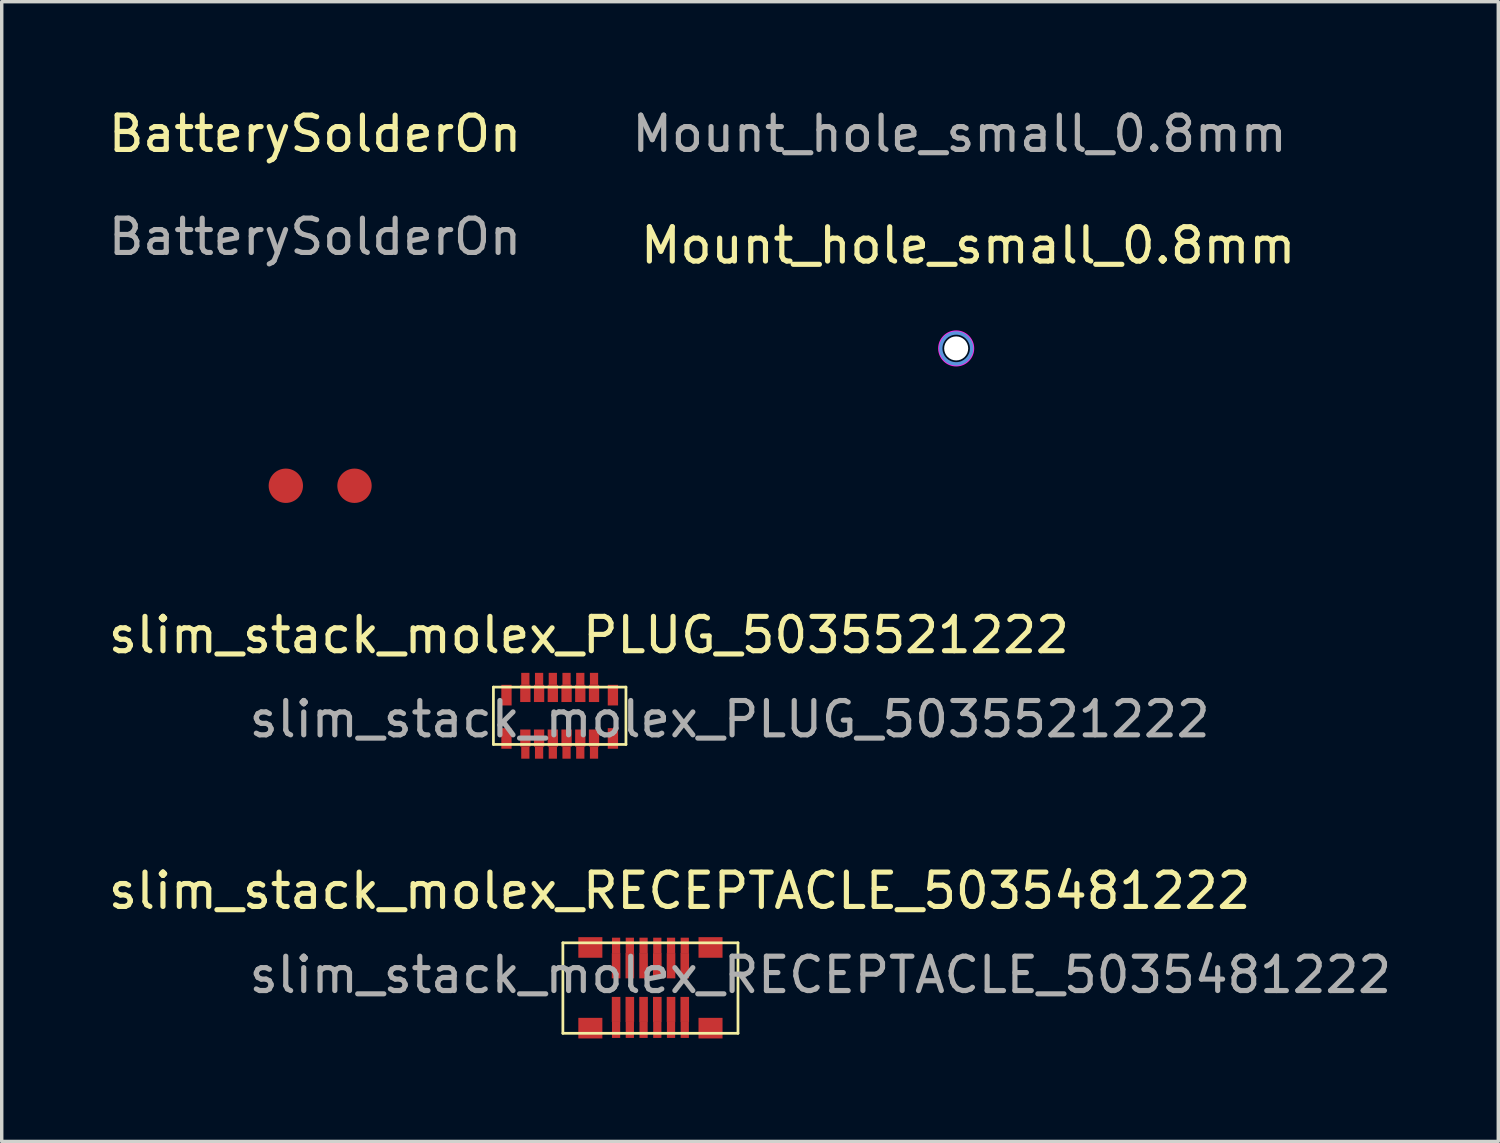
<source format=kicad_pcb>
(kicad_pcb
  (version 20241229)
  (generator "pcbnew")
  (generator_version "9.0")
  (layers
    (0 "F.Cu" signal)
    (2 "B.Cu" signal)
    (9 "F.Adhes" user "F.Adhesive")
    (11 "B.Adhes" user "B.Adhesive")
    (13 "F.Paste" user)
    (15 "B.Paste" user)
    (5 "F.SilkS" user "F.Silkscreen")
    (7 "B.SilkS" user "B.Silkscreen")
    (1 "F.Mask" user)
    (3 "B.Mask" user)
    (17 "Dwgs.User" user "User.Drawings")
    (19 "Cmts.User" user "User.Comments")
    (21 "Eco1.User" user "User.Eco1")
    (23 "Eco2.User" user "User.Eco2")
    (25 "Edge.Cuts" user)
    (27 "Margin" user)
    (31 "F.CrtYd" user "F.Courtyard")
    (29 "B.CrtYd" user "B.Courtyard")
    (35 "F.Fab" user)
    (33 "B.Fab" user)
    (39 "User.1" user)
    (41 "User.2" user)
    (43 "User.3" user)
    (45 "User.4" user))
  (footprint "slim_stack_molex_RECEPTACLE_5035481222"
    (layer "F.Cu")
    (at 15.894 25.745)
    (property "Reference" "slim_stack_molex_RECEPTACLE_5035481222" (at 0.85 -2.85 0) (unlocked yes) (layer "F.SilkS") (effects (font (size 1 1) (thickness 0.15))))
    (attr smd)
    (fp_line (start -2.55 -1.335) (end -2.55 1.3) (stroke (width 0.08) (type solid)) (layer "F.SilkS"))
    (fp_line (start -2.55 1.3) (end 2.55 1.3) (stroke (width 0.08) (type solid)) (layer "F.SilkS"))
    (fp_line (start 2.55 -1.335) (end -2.55 -1.335) (stroke (width 0.08) (type solid)) (layer "F.SilkS"))
    (fp_line (start 2.55 1.3) (end 2.55 -1.335) (stroke (width 0.08) (type solid)) (layer "F.SilkS"))
    (fp_text user "${REFERENCE}" (at 4.95 -0.4 0) (unlocked yes) (layer "F.Fab") (effects (font (size 1 1) (thickness 0.15))))
    (pad "1" smd rect (at 1 -1.075) (size 0.24 0.47) (drill (offset 0 -0.175)) (layers "F.Cu" "F.Mask" "F.Paste"))
    (pad "1" smd rect (at 1 -0.3) (size 0.25 0.73) (drill (offset 0 -0.365)) (layers "F.Cu" "F.Mask" "F.Paste"))
    (pad "2" smd rect (at 0.6 -1.075) (size 0.24 0.47) (drill (offset 0 -0.175)) (layers "F.Cu" "F.Mask" "F.Paste"))
    (pad "2" smd rect (at 0.6 -0.3) (size 0.25 0.73) (drill (offset 0 -0.365)) (layers "F.Cu" "F.Mask" "F.Paste"))
    (pad "3" smd rect (at 0.2 -1.075) (size 0.24 0.47) (drill (offset 0 -0.175)) (layers "F.Cu" "F.Mask" "F.Paste"))
    (pad "3" smd rect (at 0.2 -0.3) (size 0.25 0.73) (drill (offset 0 -0.365)) (layers "F.Cu" "F.Mask" "F.Paste"))
    (pad "4" smd rect (at -0.2 -1.075) (size 0.24 0.47) (drill (offset 0 -0.175)) (layers "F.Cu" "F.Mask" "F.Paste"))
    (pad "4" smd rect (at -0.2 -0.3) (size 0.25 0.73) (drill (offset 0 -0.365)) (layers "F.Cu" "F.Mask" "F.Paste"))
    (pad "5" smd rect (at -0.6 -1.075) (size 0.24 0.47) (drill (offset 0 -0.175)) (layers "F.Cu" "F.Mask" "F.Paste"))
    (pad "5" smd rect (at -0.6 -0.3) (size 0.25 0.73) (drill (offset 0 -0.365)) (layers "F.Cu" "F.Mask" "F.Paste"))
    (pad "6" smd rect (at -1 -1.075) (size 0.24 0.47) (drill (offset 0 -0.175)) (layers "F.Cu" "F.Mask" "F.Paste"))
    (pad "6" smd rect (at -1 -0.3) (size 0.25 0.73) (drill (offset 0 -0.365)) (layers "F.Cu" "F.Mask" "F.Paste"))
    (pad "7" smd rect (at 1 0.24) (size 0.25 0.73) (drill (offset 0 0.365)) (layers "F.Cu" "F.Mask" "F.Paste"))
    (pad "7" smd rect (at 1 1.025) (size 0.24 0.47) (drill (offset 0 0.175)) (layers "F.Cu" "F.Mask" "F.Paste"))
    (pad "8" smd rect (at 0.6 0.24) (size 0.25 0.73) (drill (offset 0 0.365)) (layers "F.Cu" "F.Mask" "F.Paste"))
    (pad "8" smd rect (at 0.6 1.025) (size 0.24 0.47) (drill (offset 0 0.175)) (layers "F.Cu" "F.Mask" "F.Paste"))
    (pad "9" smd rect (at 0.2 0.24) (size 0.25 0.73) (drill (offset 0 0.365)) (layers "F.Cu" "F.Mask" "F.Paste"))
    (pad "9" smd rect (at 0.2 1.025) (size 0.24 0.47) (drill (offset 0 0.175)) (layers "F.Cu" "F.Mask" "F.Paste"))
    (pad "10" smd rect (at -0.2 0.24) (size 0.25 0.73) (drill (offset 0 0.365)) (layers "F.Cu" "F.Mask" "F.Paste"))
    (pad "10" smd rect (at -0.2 1.025) (size 0.24 0.47) (drill (offset 0 0.175)) (layers "F.Cu" "F.Mask" "F.Paste"))
    (pad "11" smd rect (at -0.6 0.24) (size 0.25 0.73) (drill (offset 0 0.365)) (layers "F.Cu" "F.Mask" "F.Paste"))
    (pad "11" smd rect (at -0.6 1.025) (size 0.24 0.47) (drill (offset 0 0.175)) (layers "F.Cu" "F.Mask" "F.Paste"))
    (pad "12" smd rect (at -1 0.24) (size 0.25 0.73) (drill (offset 0 0.365)) (layers "F.Cu" "F.Mask" "F.Paste"))
    (pad "12" smd rect (at -1 1.025) (size 0.24 0.47) (drill (offset 0 0.175)) (layers "F.Cu" "F.Mask" "F.Paste"))
    (pad "15" smd rect (at -1.75 -1.2) (size 0.7 0.6) (layers "F.Cu" "F.Mask" "F.Paste"))
    (pad "15" smd rect (at 1.75 -1.2) (size 0.7 0.6) (layers "F.Cu" "F.Mask" "F.Paste"))
    (pad "16" smd rect (at -1.75 1.15) (size 0.7 0.6) (layers "F.Cu" "F.Mask" "F.Paste"))
    (pad "16" smd rect (at 1.75 1.15) (size 0.7 0.6) (layers "F.Cu" "F.Mask" "F.Paste")))
  (footprint "Mount_hole_small_0.8mm"
    (layer "F.Cu")
    (at 24.899 7.098)
    (property "Reference" "Mount_hole_small_0.8mm" (at 0.25 -3 0) (unlocked yes) (layer "F.SilkS") (effects (font (size 1 1) (thickness 0.15))))
    (attr smd)
    (fp_circle (center -0.1 0) (end 0.35 0) (stroke (width 0.1) (type solid)) (fill no) (layer "Cmts.User"))
    (fp_circle (center -0.1 0) (end 0.4 0) (stroke (width 0.05) (type solid)) (fill no) (layer "F.CrtYd"))
    (fp_text user "${REFERENCE}" (at 0 -6.25 0) (layer "F.Fab") (effects (font (size 1 1) (thickness 0.15))))
    (pad "" np_thru_hole circle (at -0.1 0) (size 0.7 0.7) (drill 0.7) (layers "*.Cu" "*.Mask")))
  (footprint "slim_stack_molex_PLUG_5035521222"
    (layer "F.Cu")
    (at 13.251 17.797)
    (property "Reference" "slim_stack_molex_PLUG_5035521222" (at 0.85 -2.35 0) (unlocked yes) (layer "F.SilkS") (effects (font (size 1 1) (thickness 0.15))))
    (attr smd)
    (fp_line (start -1.93 -0.835) (end -1.93 0.835) (stroke (width 0.08) (type solid)) (layer "F.SilkS"))
    (fp_line (start -1.93 0.835) (end 1.93 0.835) (stroke (width 0.08) (type solid)) (layer "F.SilkS"))
    (fp_line (start 1.93 -0.835) (end -1.93 -0.835) (stroke (width 0.08) (type solid)) (layer "F.SilkS"))
    (fp_line (start 1.93 0.835) (end 1.93 -0.835) (stroke (width 0.08) (type solid)) (layer "F.SilkS"))
    (fp_text user "${REFERENCE}" (at 4.95 0.1 0) (unlocked yes) (layer "F.Fab") (effects (font (size 1 1) (thickness 0.15))))
    (pad "1" smd rect (at -1 -0.9) (size 0.24 0.35) (drill (offset 0 -0.175)) (layers "F.Cu" "F.Mask" "F.Paste"))
    (pad "1" smd rect (at -1 -0.9) (size 0.3 0.5) (drill (offset 0 0.25)) (layers "F.Cu" "F.Mask" "F.Paste"))
    (pad "2" smd rect (at -0.6 -0.9) (size 0.24 0.35) (drill (offset 0 -0.175)) (layers "F.Cu" "F.Mask" "F.Paste"))
    (pad "2" smd rect (at -0.6 -0.9) (size 0.3 0.5) (drill (offset 0 0.25)) (layers "F.Cu" "F.Mask" "F.Paste"))
    (pad "3" smd rect (at -0.2 -0.9) (size 0.24 0.35) (drill (offset 0 -0.175)) (layers "F.Cu" "F.Mask" "F.Paste"))
    (pad "3" smd rect (at -0.2 -0.9) (size 0.3 0.5) (drill (offset 0 0.25)) (layers "F.Cu" "F.Mask" "F.Paste"))
    (pad "4" smd rect (at 0.2 -0.9) (size 0.24 0.35) (drill (offset 0 -0.175)) (layers "F.Cu" "F.Mask" "F.Paste"))
    (pad "4" smd rect (at 0.2 -0.9) (size 0.3 0.5) (drill (offset 0 0.25)) (layers "F.Cu" "F.Mask" "F.Paste"))
    (pad "5" smd rect (at 0.6 -0.9) (size 0.24 0.35) (drill (offset 0 -0.175)) (layers "F.Cu" "F.Mask" "F.Paste"))
    (pad "5" smd rect (at 0.6 -0.9) (size 0.3 0.5) (drill (offset 0 0.25)) (layers "F.Cu" "F.Mask" "F.Paste"))
    (pad "6" smd rect (at 1 -0.9) (size 0.24 0.35) (drill (offset 0 -0.175)) (layers "F.Cu" "F.Mask" "F.Paste"))
    (pad "6" smd rect (at 1 -0.9) (size 0.3 0.5) (drill (offset 0 0.25)) (layers "F.Cu" "F.Mask" "F.Paste"))
    (pad "7" smd rect (at -1 0.9) (size 0.24 0.35) (drill (offset 0 0.175)) (layers "F.Cu" "F.Mask" "F.Paste"))
    (pad "7" smd rect (at -1 0.9) (size 0.3 0.5) (drill (offset 0 -0.25)) (layers "F.Cu" "F.Mask" "F.Paste"))
    (pad "8" smd rect (at -0.6 0.9) (size 0.24 0.35) (drill (offset 0 0.175)) (layers "F.Cu" "F.Mask" "F.Paste"))
    (pad "8" smd rect (at -0.6 0.9) (size 0.3 0.5) (drill (offset 0 -0.25)) (layers "F.Cu" "F.Mask" "F.Paste"))
    (pad "9" smd rect (at -0.2 0.9) (size 0.24 0.35) (drill (offset 0 0.175)) (layers "F.Cu" "F.Mask" "F.Paste"))
    (pad "9" smd rect (at -0.2 0.9) (size 0.3 0.5) (drill (offset 0 -0.25)) (layers "F.Cu" "F.Mask" "F.Paste"))
    (pad "10" smd rect (at 0.2 0.9) (size 0.24 0.35) (drill (offset 0 0.175)) (layers "F.Cu" "F.Mask" "F.Paste"))
    (pad "10" smd rect (at 0.2 0.9) (size 0.3 0.5) (drill (offset 0 -0.25)) (layers "F.Cu" "F.Mask" "F.Paste"))
    (pad "11" smd rect (at 0.6 0.9) (size 0.24 0.35) (drill (offset 0 0.175)) (layers "F.Cu" "F.Mask" "F.Paste"))
    (pad "11" smd rect (at 0.6 0.9) (size 0.3 0.5) (drill (offset 0 -0.25)) (layers "F.Cu" "F.Mask" "F.Paste"))
    (pad "12" smd rect (at 1 0.9) (size 0.24 0.35) (drill (offset 0 0.175)) (layers "F.Cu" "F.Mask" "F.Paste"))
    (pad "12" smd rect (at 1 0.9) (size 0.3 0.5) (drill (offset 0 -0.25)) (layers "F.Cu" "F.Mask" "F.Paste"))
    (pad "15" smd rect (at -1.4 -0.39) (size 0.3 0.6) (drill (offset -0.15 -0.21)) (layers "F.Cu" "F.Mask" "F.Paste"))
    (pad "15" smd rect (at 1.7 -0.39) (size 0.3 0.6) (drill (offset -0.15 -0.21)) (layers "F.Cu" "F.Mask" "F.Paste"))
    (pad "16" smd rect (at -1.4 0.45) (size 0.3 0.6) (drill (offset -0.15 0.21)) (layers "F.Cu" "F.Mask" "F.Paste"))
    (pad "16" smd rect (at 1.7 0.45) (size 0.3 0.6) (drill (offset -0.15 0.21)) (layers "F.Cu" "F.Mask" "F.Paste")))
  (footprint "BatterySolderOn"
    (layer "F.Cu")
    (at 6.225 11.098)
    (property "Reference" "BatterySolderOn" (at -0.1 -10.25 0) (unlocked yes) (layer "F.SilkS") (effects (font (size 1 1) (thickness 0.15))))
    (attr smd)
    (fp_text user "${REFERENCE}" (at -0.1 -7.25 0) (unlocked yes) (layer "F.Fab") (effects (font (size 1 1) (thickness 0.15))))
    (pad "1" smd circle (at -0.95 0) (size 1 1) (layers "F.Cu" "F.Mask" "F.Paste"))
    (pad "2" smd circle (at 1.05 0) (size 1 1) (layers "F.Cu" "F.Mask" "F.Paste")))
  (gr_rect
    (start -3 -3)
    (end 40.588 30.195)
    (stroke (width 0.1) (type default))
    (fill no)
    (layer "Edge.Cuts")))
</source>
